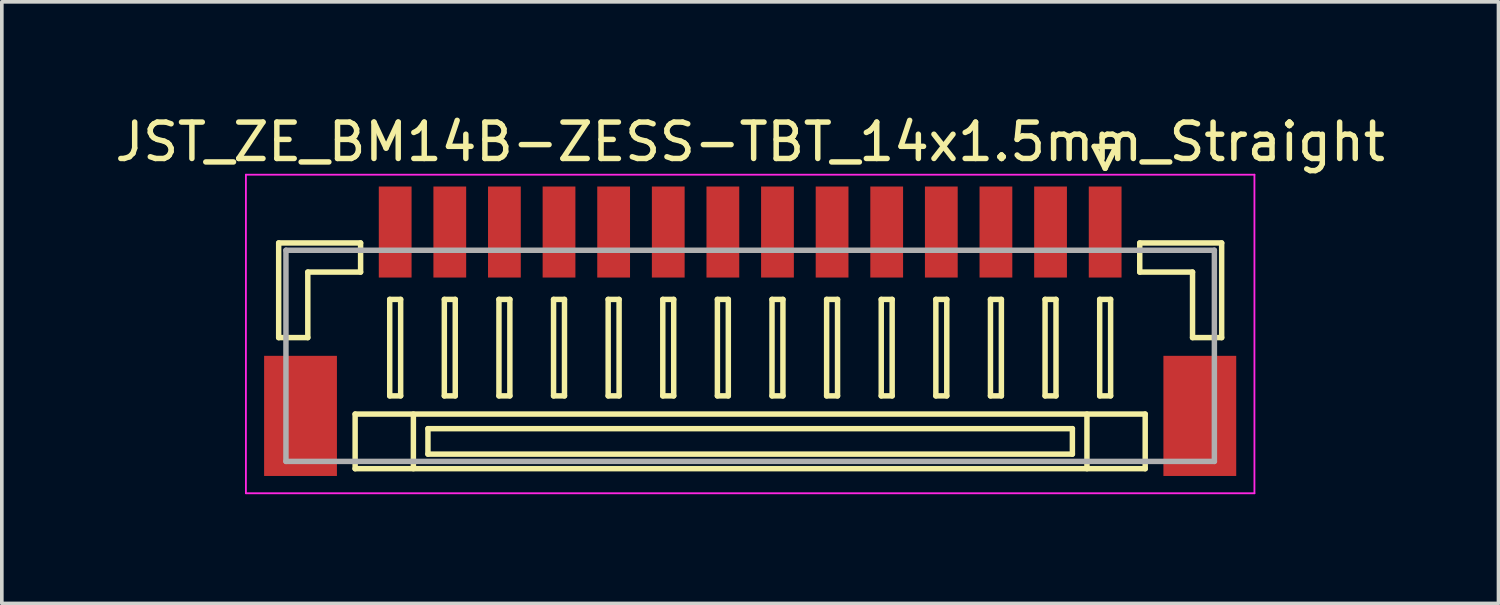
<source format=kicad_pcb>
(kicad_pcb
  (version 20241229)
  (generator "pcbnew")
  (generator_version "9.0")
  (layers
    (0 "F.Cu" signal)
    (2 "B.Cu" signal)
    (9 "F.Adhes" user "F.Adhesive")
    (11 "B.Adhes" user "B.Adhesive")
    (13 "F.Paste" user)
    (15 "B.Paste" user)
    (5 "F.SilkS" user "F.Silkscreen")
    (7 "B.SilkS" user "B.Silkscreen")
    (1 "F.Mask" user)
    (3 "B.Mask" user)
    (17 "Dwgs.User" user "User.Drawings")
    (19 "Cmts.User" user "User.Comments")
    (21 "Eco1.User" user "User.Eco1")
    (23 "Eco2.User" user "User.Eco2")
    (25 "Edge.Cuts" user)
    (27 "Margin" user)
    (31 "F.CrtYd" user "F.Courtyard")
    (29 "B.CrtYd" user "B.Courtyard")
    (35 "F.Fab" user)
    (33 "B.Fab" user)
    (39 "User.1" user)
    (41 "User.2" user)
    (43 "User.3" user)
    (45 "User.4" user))
  (footprint "JST_ZE_BM14B-ZESS-TBT_14x1.5mm_Straight"
    (layer "F.Cu")
    (at 17.554 5.848)
    (property "Reference" "JST_ZE_BM14B-ZESS-TBT_14x1.5mm_Straight" (at 0 -5 0) (layer "F.SilkS") (effects (font (size 1 1) (thickness 0.15))))
    (attr smd)
    (fp_line (start -12.95 -2.225) (end -12.95 0.375) (stroke (width 0.15) (type solid)) (layer "F.SilkS"))
    (fp_line (start -12.95 0.375) (end -12.15 0.375) (stroke (width 0.15) (type solid)) (layer "F.SilkS"))
    (fp_line (start -12.15 -1.425) (end -10.7 -1.425) (stroke (width 0.15) (type solid)) (layer "F.SilkS"))
    (fp_line (start -12.15 0.375) (end -12.15 -1.425) (stroke (width 0.15) (type solid)) (layer "F.SilkS"))
    (fp_line (start -10.85 2.475) (end -10.85 3.975) (stroke (width 0.15) (type solid)) (layer "F.SilkS"))
    (fp_line (start -10.85 3.975) (end 10.85 3.975) (stroke (width 0.15) (type solid)) (layer "F.SilkS"))
    (fp_line (start -10.7 -2.225) (end -12.95 -2.225) (stroke (width 0.15) (type solid)) (layer "F.SilkS"))
    (fp_line (start -10.7 -1.425) (end -10.7 -2.225) (stroke (width 0.15) (type solid)) (layer "F.SilkS"))
    (fp_line (start -9.9 -0.675) (end -9.9 1.975) (stroke (width 0.15) (type solid)) (layer "F.SilkS"))
    (fp_line (start -9.9 1.975) (end -9.6 1.975) (stroke (width 0.15) (type solid)) (layer "F.SilkS"))
    (fp_line (start -9.6 -0.675) (end -9.9 -0.675) (stroke (width 0.15) (type solid)) (layer "F.SilkS"))
    (fp_line (start -9.6 1.975) (end -9.6 -0.675) (stroke (width 0.15) (type solid)) (layer "F.SilkS"))
    (fp_line (start -9.25 2.475) (end -9.25 3.975) (stroke (width 0.15) (type solid)) (layer "F.SilkS"))
    (fp_line (start -8.85 2.875) (end -8.85 3.575) (stroke (width 0.15) (type solid)) (layer "F.SilkS"))
    (fp_line (start -8.85 3.575) (end 8.85 3.575) (stroke (width 0.15) (type solid)) (layer "F.SilkS"))
    (fp_line (start -8.4 -0.675) (end -8.4 1.975) (stroke (width 0.15) (type solid)) (layer "F.SilkS"))
    (fp_line (start -8.4 1.975) (end -8.1 1.975) (stroke (width 0.15) (type solid)) (layer "F.SilkS"))
    (fp_line (start -8.1 -0.675) (end -8.4 -0.675) (stroke (width 0.15) (type solid)) (layer "F.SilkS"))
    (fp_line (start -8.1 1.975) (end -8.1 -0.675) (stroke (width 0.15) (type solid)) (layer "F.SilkS"))
    (fp_line (start -6.9 -0.675) (end -6.9 1.975) (stroke (width 0.15) (type solid)) (layer "F.SilkS"))
    (fp_line (start -6.9 1.975) (end -6.6 1.975) (stroke (width 0.15) (type solid)) (layer "F.SilkS"))
    (fp_line (start -6.6 -0.675) (end -6.9 -0.675) (stroke (width 0.15) (type solid)) (layer "F.SilkS"))
    (fp_line (start -6.6 1.975) (end -6.6 -0.675) (stroke (width 0.15) (type solid)) (layer "F.SilkS"))
    (fp_line (start -5.4 -0.675) (end -5.4 1.975) (stroke (width 0.15) (type solid)) (layer "F.SilkS"))
    (fp_line (start -5.4 1.975) (end -5.1 1.975) (stroke (width 0.15) (type solid)) (layer "F.SilkS"))
    (fp_line (start -5.1 -0.675) (end -5.4 -0.675) (stroke (width 0.15) (type solid)) (layer "F.SilkS"))
    (fp_line (start -5.1 1.975) (end -5.1 -0.675) (stroke (width 0.15) (type solid)) (layer "F.SilkS"))
    (fp_line (start -3.9 -0.675) (end -3.9 1.975) (stroke (width 0.15) (type solid)) (layer "F.SilkS"))
    (fp_line (start -3.9 1.975) (end -3.6 1.975) (stroke (width 0.15) (type solid)) (layer "F.SilkS"))
    (fp_line (start -3.6 -0.675) (end -3.9 -0.675) (stroke (width 0.15) (type solid)) (layer "F.SilkS"))
    (fp_line (start -3.6 1.975) (end -3.6 -0.675) (stroke (width 0.15) (type solid)) (layer "F.SilkS"))
    (fp_line (start -2.4 -0.675) (end -2.4 1.975) (stroke (width 0.15) (type solid)) (layer "F.SilkS"))
    (fp_line (start -2.4 1.975) (end -2.1 1.975) (stroke (width 0.15) (type solid)) (layer "F.SilkS"))
    (fp_line (start -2.1 -0.675) (end -2.4 -0.675) (stroke (width 0.15) (type solid)) (layer "F.SilkS"))
    (fp_line (start -2.1 1.975) (end -2.1 -0.675) (stroke (width 0.15) (type solid)) (layer "F.SilkS"))
    (fp_line (start -0.9 -0.675) (end -0.9 1.975) (stroke (width 0.15) (type solid)) (layer "F.SilkS"))
    (fp_line (start -0.9 1.975) (end -0.6 1.975) (stroke (width 0.15) (type solid)) (layer "F.SilkS"))
    (fp_line (start -0.6 -0.675) (end -0.9 -0.675) (stroke (width 0.15) (type solid)) (layer "F.SilkS"))
    (fp_line (start -0.6 1.975) (end -0.6 -0.675) (stroke (width 0.15) (type solid)) (layer "F.SilkS"))
    (fp_line (start 0.6 -0.675) (end 0.6 1.975) (stroke (width 0.15) (type solid)) (layer "F.SilkS"))
    (fp_line (start 0.6 1.975) (end 0.9 1.975) (stroke (width 0.15) (type solid)) (layer "F.SilkS"))
    (fp_line (start 0.9 -0.675) (end 0.6 -0.675) (stroke (width 0.15) (type solid)) (layer "F.SilkS"))
    (fp_line (start 0.9 1.975) (end 0.9 -0.675) (stroke (width 0.15) (type solid)) (layer "F.SilkS"))
    (fp_line (start 2.1 -0.675) (end 2.1 1.975) (stroke (width 0.15) (type solid)) (layer "F.SilkS"))
    (fp_line (start 2.1 1.975) (end 2.4 1.975) (stroke (width 0.15) (type solid)) (layer "F.SilkS"))
    (fp_line (start 2.4 -0.675) (end 2.1 -0.675) (stroke (width 0.15) (type solid)) (layer "F.SilkS"))
    (fp_line (start 2.4 1.975) (end 2.4 -0.675) (stroke (width 0.15) (type solid)) (layer "F.SilkS"))
    (fp_line (start 3.6 -0.675) (end 3.6 1.975) (stroke (width 0.15) (type solid)) (layer "F.SilkS"))
    (fp_line (start 3.6 1.975) (end 3.9 1.975) (stroke (width 0.15) (type solid)) (layer "F.SilkS"))
    (fp_line (start 3.9 -0.675) (end 3.6 -0.675) (stroke (width 0.15) (type solid)) (layer "F.SilkS"))
    (fp_line (start 3.9 1.975) (end 3.9 -0.675) (stroke (width 0.15) (type solid)) (layer "F.SilkS"))
    (fp_line (start 5.1 -0.675) (end 5.1 1.975) (stroke (width 0.15) (type solid)) (layer "F.SilkS"))
    (fp_line (start 5.1 1.975) (end 5.4 1.975) (stroke (width 0.15) (type solid)) (layer "F.SilkS"))
    (fp_line (start 5.4 -0.675) (end 5.1 -0.675) (stroke (width 0.15) (type solid)) (layer "F.SilkS"))
    (fp_line (start 5.4 1.975) (end 5.4 -0.675) (stroke (width 0.15) (type solid)) (layer "F.SilkS"))
    (fp_line (start 6.6 -0.675) (end 6.6 1.975) (stroke (width 0.15) (type solid)) (layer "F.SilkS"))
    (fp_line (start 6.6 1.975) (end 6.9 1.975) (stroke (width 0.15) (type solid)) (layer "F.SilkS"))
    (fp_line (start 6.9 -0.675) (end 6.6 -0.675) (stroke (width 0.15) (type solid)) (layer "F.SilkS"))
    (fp_line (start 6.9 1.975) (end 6.9 -0.675) (stroke (width 0.15) (type solid)) (layer "F.SilkS"))
    (fp_line (start 8.1 -0.675) (end 8.1 1.975) (stroke (width 0.15) (type solid)) (layer "F.SilkS"))
    (fp_line (start 8.1 1.975) (end 8.4 1.975) (stroke (width 0.15) (type solid)) (layer "F.SilkS"))
    (fp_line (start 8.4 -0.675) (end 8.1 -0.675) (stroke (width 0.15) (type solid)) (layer "F.SilkS"))
    (fp_line (start 8.4 1.975) (end 8.4 -0.675) (stroke (width 0.15) (type solid)) (layer "F.SilkS"))
    (fp_line (start 8.85 2.875) (end -8.85 2.875) (stroke (width 0.15) (type solid)) (layer "F.SilkS"))
    (fp_line (start 8.85 3.575) (end 8.85 2.875) (stroke (width 0.15) (type solid)) (layer "F.SilkS"))
    (fp_line (start 9.25 2.475) (end 9.25 3.975) (stroke (width 0.15) (type solid)) (layer "F.SilkS"))
    (fp_line (start 9.45 -4.875) (end 9.75 -4.275) (stroke (width 0.15) (type solid)) (layer "F.SilkS"))
    (fp_line (start 9.6 -0.675) (end 9.6 1.975) (stroke (width 0.15) (type solid)) (layer "F.SilkS"))
    (fp_line (start 9.6 1.975) (end 9.9 1.975) (stroke (width 0.15) (type solid)) (layer "F.SilkS"))
    (fp_line (start 9.75 -4.275) (end 10.05 -4.875) (stroke (width 0.15) (type solid)) (layer "F.SilkS"))
    (fp_line (start 9.9 -0.675) (end 9.6 -0.675) (stroke (width 0.15) (type solid)) (layer "F.SilkS"))
    (fp_line (start 9.9 1.975) (end 9.9 -0.675) (stroke (width 0.15) (type solid)) (layer "F.SilkS"))
    (fp_line (start 10.05 -4.875) (end 9.45 -4.875) (stroke (width 0.15) (type solid)) (layer "F.SilkS"))
    (fp_line (start 10.7 -2.225) (end 12.95 -2.225) (stroke (width 0.15) (type solid)) (layer "F.SilkS"))
    (fp_line (start 10.7 -1.425) (end 10.7 -2.225) (stroke (width 0.15) (type solid)) (layer "F.SilkS"))
    (fp_line (start 10.85 2.475) (end -10.85 2.475) (stroke (width 0.15) (type solid)) (layer "F.SilkS"))
    (fp_line (start 10.85 3.975) (end 10.85 2.475) (stroke (width 0.15) (type solid)) (layer "F.SilkS"))
    (fp_line (start 12.15 -1.425) (end 10.7 -1.425) (stroke (width 0.15) (type solid)) (layer "F.SilkS"))
    (fp_line (start 12.15 0.375) (end 12.15 -1.425) (stroke (width 0.15) (type solid)) (layer "F.SilkS"))
    (fp_line (start 12.95 -2.225) (end 12.95 0.375) (stroke (width 0.15) (type solid)) (layer "F.SilkS"))
    (fp_line (start 12.95 0.375) (end 12.15 0.375) (stroke (width 0.15) (type solid)) (layer "F.SilkS"))
    (fp_line (start -13.85 -4.1) (end -13.85 4.65) (stroke (width 0.05) (type solid)) (layer "F.CrtYd"))
    (fp_line (start -13.85 4.65) (end 13.85 4.65) (stroke (width 0.05) (type solid)) (layer "F.CrtYd"))
    (fp_line (start 13.85 -4.1) (end -13.85 -4.1) (stroke (width 0.05) (type solid)) (layer "F.CrtYd"))
    (fp_line (start 13.85 4.65) (end 13.85 -4.1) (stroke (width 0.05) (type solid)) (layer "F.CrtYd"))
    (fp_line (start -12.75 -2.025) (end -12.75 3.775) (stroke (width 0.15) (type solid)) (layer "F.Fab"))
    (fp_line (start -12.75 3.775) (end 12.75 3.775) (stroke (width 0.15) (type solid)) (layer "F.Fab"))
    (fp_line (start 12.75 -2.025) (end -12.75 -2.025) (stroke (width 0.15) (type solid)) (layer "F.Fab"))
    (fp_line (start 12.75 3.775) (end 12.75 -2.025) (stroke (width 0.15) (type solid)) (layer "F.Fab"))
    (pad "" smd rect (at -12.35 2.525) (size 2 3.3) (layers "F.Cu" "F.Mask" "F.Paste"))
    (pad "" smd rect (at 12.35 2.525) (size 2 3.3) (layers "F.Cu" "F.Mask" "F.Paste"))
    (pad "1" smd rect (at 9.75 -2.525) (size 0.9 2.5) (layers "F.Cu" "F.Mask" "F.Paste"))
    (pad "2" smd rect (at 8.25 -2.525) (size 0.9 2.5) (layers "F.Cu" "F.Mask" "F.Paste"))
    (pad "3" smd rect (at 6.75 -2.525) (size 0.9 2.5) (layers "F.Cu" "F.Mask" "F.Paste"))
    (pad "4" smd rect (at 5.25 -2.525) (size 0.9 2.5) (layers "F.Cu" "F.Mask" "F.Paste"))
    (pad "5" smd rect (at 3.75 -2.525) (size 0.9 2.5) (layers "F.Cu" "F.Mask" "F.Paste"))
    (pad "6" smd rect (at 2.25 -2.525) (size 0.9 2.5) (layers "F.Cu" "F.Mask" "F.Paste"))
    (pad "7" smd rect (at 0.75 -2.525) (size 0.9 2.5) (layers "F.Cu" "F.Mask" "F.Paste"))
    (pad "8" smd rect (at -0.75 -2.525) (size 0.9 2.5) (layers "F.Cu" "F.Mask" "F.Paste"))
    (pad "9" smd rect (at -2.25 -2.525) (size 0.9 2.5) (layers "F.Cu" "F.Mask" "F.Paste"))
    (pad "10" smd rect (at -3.75 -2.525) (size 0.9 2.5) (layers "F.Cu" "F.Mask" "F.Paste"))
    (pad "11" smd rect (at -5.25 -2.525) (size 0.9 2.5) (layers "F.Cu" "F.Mask" "F.Paste"))
    (pad "12" smd rect (at -6.75 -2.525) (size 0.9 2.5) (layers "F.Cu" "F.Mask" "F.Paste"))
    (pad "13" smd rect (at -8.25 -2.525) (size 0.9 2.5) (layers "F.Cu" "F.Mask" "F.Paste"))
    (pad "14" smd rect (at -9.75 -2.525) (size 0.9 2.5) (layers "F.Cu" "F.Mask" "F.Paste")))
  (gr_rect
    (start -3 -3)
    (end 38.107 13.523)
    (stroke (width 0.1) (type default))
    (fill no)
    (layer "Edge.Cuts")))
</source>
